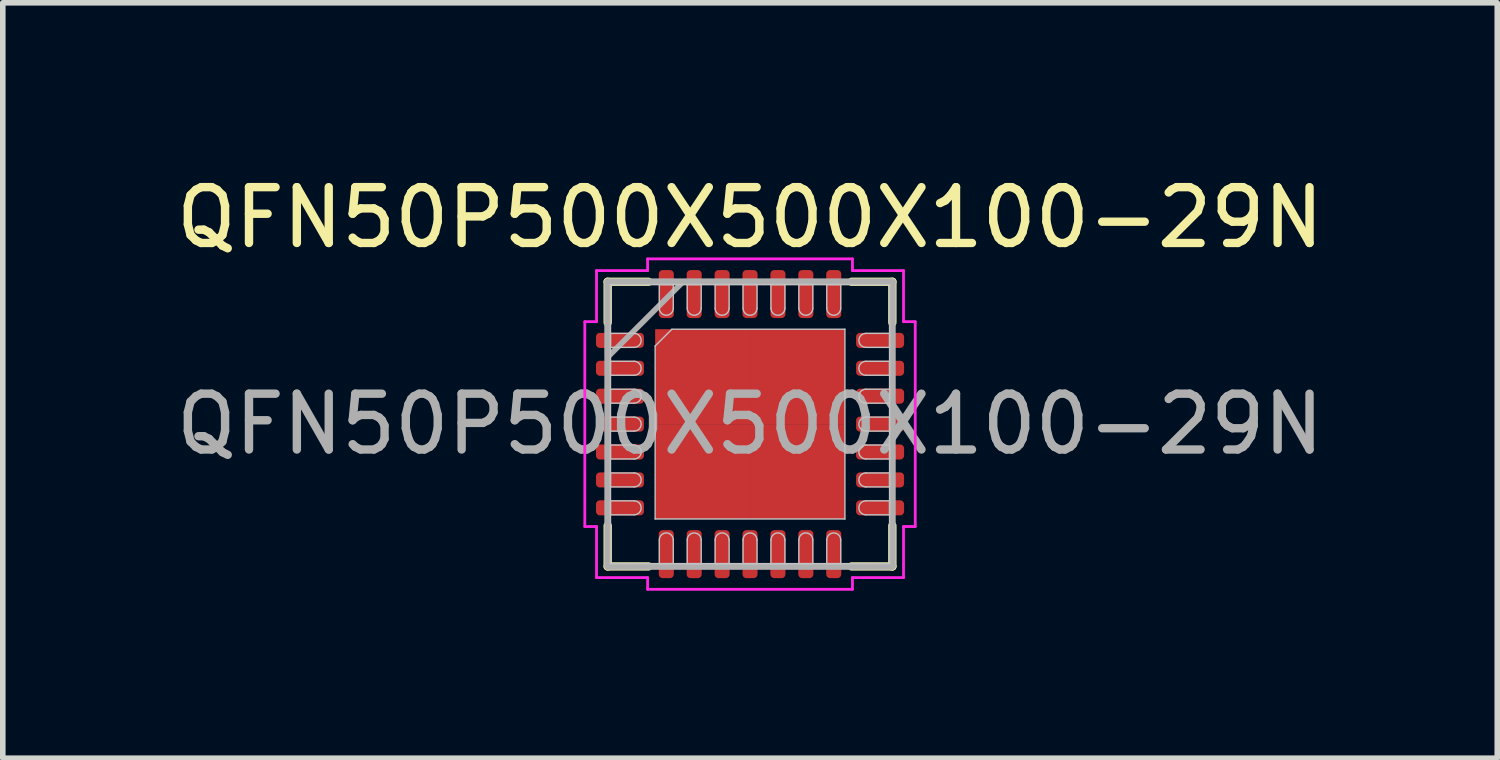
<source format=kicad_pcb>
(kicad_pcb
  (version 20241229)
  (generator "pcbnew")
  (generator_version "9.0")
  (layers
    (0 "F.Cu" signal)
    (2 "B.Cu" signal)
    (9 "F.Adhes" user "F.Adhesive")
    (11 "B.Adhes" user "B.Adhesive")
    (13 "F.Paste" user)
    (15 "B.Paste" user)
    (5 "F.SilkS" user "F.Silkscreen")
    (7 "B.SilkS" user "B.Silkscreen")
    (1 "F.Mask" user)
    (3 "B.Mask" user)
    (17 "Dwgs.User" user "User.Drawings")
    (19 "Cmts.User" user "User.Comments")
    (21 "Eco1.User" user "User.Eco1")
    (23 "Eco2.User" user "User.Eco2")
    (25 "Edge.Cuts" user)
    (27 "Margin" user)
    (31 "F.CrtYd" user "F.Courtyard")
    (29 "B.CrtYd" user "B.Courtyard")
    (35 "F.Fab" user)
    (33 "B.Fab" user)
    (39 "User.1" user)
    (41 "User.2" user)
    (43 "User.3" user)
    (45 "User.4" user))
  (footprint "QFN50P500X500X100-29N"
    (layer "F.Cu")
    (at 10.387 4.548)
    (property "Reference" "QFN50P500X500X100-29N" (at 0 -3.7 0) (layer "F.SilkS") (effects (font (size 1 1) (thickness 0.15))))
    (attr smd)
    (fp_line (start -2.55 -2.55) (end -1.82 -2.55) (stroke (width 0.15) (type solid)) (layer "F.SilkS"))
    (fp_line (start -2.55 -1.82) (end -2.55 -2.55) (stroke (width 0.15) (type solid)) (layer "F.SilkS"))
    (fp_line (start -2.55 1.82) (end -2.55 2.55) (stroke (width 0.15) (type solid)) (layer "F.SilkS"))
    (fp_line (start -2.55 2.55) (end -1.82 2.55) (stroke (width 0.15) (type solid)) (layer "F.SilkS"))
    (fp_line (start 2.55 -2.55) (end 1.82 -2.55) (stroke (width 0.15) (type solid)) (layer "F.SilkS"))
    (fp_line (start 2.55 -1.82) (end 2.55 -2.55) (stroke (width 0.15) (type solid)) (layer "F.SilkS"))
    (fp_line (start 2.55 1.82) (end 2.55 2.55) (stroke (width 0.15) (type solid)) (layer "F.SilkS"))
    (fp_line (start 2.55 2.55) (end 1.82 2.55) (stroke (width 0.15) (type solid)) (layer "F.SilkS"))
    (fp_line (start -2.5 -2.5) (end 2.5 -2.5) (stroke (width 0.025) (type solid)) (layer "Dwgs.User"))
    (fp_line (start -2.5 -1.625) (end -2.5 -1.375) (stroke (width 0.025) (type solid)) (layer "Dwgs.User"))
    (fp_line (start -2.5 -1.375) (end -2.075 -1.375) (stroke (width 0.025) (type solid)) (layer "Dwgs.User"))
    (fp_line (start -2.5 -1.125) (end -2.5 -0.875) (stroke (width 0.025) (type solid)) (layer "Dwgs.User"))
    (fp_line (start -2.5 -0.875) (end -2.075 -0.875) (stroke (width 0.025) (type solid)) (layer "Dwgs.User"))
    (fp_line (start -2.5 -0.625) (end -2.5 -0.375) (stroke (width 0.025) (type solid)) (layer "Dwgs.User"))
    (fp_line (start -2.5 -0.375) (end -2.075 -0.375) (stroke (width 0.025) (type solid)) (layer "Dwgs.User"))
    (fp_line (start -2.5 -0.125) (end -2.5 0.125) (stroke (width 0.025) (type solid)) (layer "Dwgs.User"))
    (fp_line (start -2.5 0.125) (end -2.075 0.125) (stroke (width 0.025) (type solid)) (layer "Dwgs.User"))
    (fp_line (start -2.5 0.375) (end -2.5 0.625) (stroke (width 0.025) (type solid)) (layer "Dwgs.User"))
    (fp_line (start -2.5 0.625) (end -2.075 0.625) (stroke (width 0.025) (type solid)) (layer "Dwgs.User"))
    (fp_line (start -2.5 0.875) (end -2.5 1.125) (stroke (width 0.025) (type solid)) (layer "Dwgs.User"))
    (fp_line (start -2.5 1.125) (end -2.075 1.125) (stroke (width 0.025) (type solid)) (layer "Dwgs.User"))
    (fp_line (start -2.5 1.375) (end -2.5 1.625) (stroke (width 0.025) (type solid)) (layer "Dwgs.User"))
    (fp_line (start -2.5 1.625) (end -2.075 1.625) (stroke (width 0.025) (type solid)) (layer "Dwgs.User"))
    (fp_line (start -2.5 2.5) (end -2.5 -2.5) (stroke (width 0.025) (type solid)) (layer "Dwgs.User"))
    (fp_line (start -2.075 -1.625) (end -2.5 -1.625) (stroke (width 0.025) (type solid)) (layer "Dwgs.User"))
    (fp_line (start -2.075 -1.125) (end -2.5 -1.125) (stroke (width 0.025) (type solid)) (layer "Dwgs.User"))
    (fp_line (start -2.075 -0.625) (end -2.5 -0.625) (stroke (width 0.025) (type solid)) (layer "Dwgs.User"))
    (fp_line (start -2.075 -0.125) (end -2.5 -0.125) (stroke (width 0.025) (type solid)) (layer "Dwgs.User"))
    (fp_line (start -2.075 0.375) (end -2.5 0.375) (stroke (width 0.025) (type solid)) (layer "Dwgs.User"))
    (fp_line (start -2.075 0.875) (end -2.5 0.875) (stroke (width 0.025) (type solid)) (layer "Dwgs.User"))
    (fp_line (start -2.075 1.375) (end -2.5 1.375) (stroke (width 0.025) (type solid)) (layer "Dwgs.User"))
    (fp_line (start -1.7 -1.4) (end -1.7 1.7) (stroke (width 0.025) (type solid)) (layer "Dwgs.User"))
    (fp_line (start -1.7 1.7) (end 1.7 1.7) (stroke (width 0.025) (type solid)) (layer "Dwgs.User"))
    (fp_line (start -1.625 -2.5) (end -1.625 -2.075) (stroke (width 0.025) (type solid)) (layer "Dwgs.User"))
    (fp_line (start -1.625 2.075) (end -1.625 2.5) (stroke (width 0.025) (type solid)) (layer "Dwgs.User"))
    (fp_line (start -1.625 2.5) (end -1.375 2.5) (stroke (width 0.025) (type solid)) (layer "Dwgs.User"))
    (fp_line (start -1.4 -1.7) (end -1.7 -1.4) (stroke (width 0.025) (type solid)) (layer "Dwgs.User"))
    (fp_line (start -1.375 -2.5) (end -1.625 -2.5) (stroke (width 0.025) (type solid)) (layer "Dwgs.User"))
    (fp_line (start -1.375 -2.075) (end -1.375 -2.5) (stroke (width 0.025) (type solid)) (layer "Dwgs.User"))
    (fp_line (start -1.375 2.5) (end -1.375 2.075) (stroke (width 0.025) (type solid)) (layer "Dwgs.User"))
    (fp_line (start -1.125 -2.5) (end -1.125 -2.075) (stroke (width 0.025) (type solid)) (layer "Dwgs.User"))
    (fp_line (start -1.125 2.075) (end -1.125 2.5) (stroke (width 0.025) (type solid)) (layer "Dwgs.User"))
    (fp_line (start -1.125 2.5) (end -0.875 2.5) (stroke (width 0.025) (type solid)) (layer "Dwgs.User"))
    (fp_line (start -0.875 -2.5) (end -1.125 -2.5) (stroke (width 0.025) (type solid)) (layer "Dwgs.User"))
    (fp_line (start -0.875 -2.075) (end -0.875 -2.5) (stroke (width 0.025) (type solid)) (layer "Dwgs.User"))
    (fp_line (start -0.875 2.5) (end -0.875 2.075) (stroke (width 0.025) (type solid)) (layer "Dwgs.User"))
    (fp_line (start -0.625 -2.5) (end -0.625 -2.075) (stroke (width 0.025) (type solid)) (layer "Dwgs.User"))
    (fp_line (start -0.625 2.075) (end -0.625 2.5) (stroke (width 0.025) (type solid)) (layer "Dwgs.User"))
    (fp_line (start -0.625 2.5) (end -0.375 2.5) (stroke (width 0.025) (type solid)) (layer "Dwgs.User"))
    (fp_line (start -0.375 -2.5) (end -0.625 -2.5) (stroke (width 0.025) (type solid)) (layer "Dwgs.User"))
    (fp_line (start -0.375 -2.075) (end -0.375 -2.5) (stroke (width 0.025) (type solid)) (layer "Dwgs.User"))
    (fp_line (start -0.375 2.5) (end -0.375 2.075) (stroke (width 0.025) (type solid)) (layer "Dwgs.User"))
    (fp_line (start -0.125 -2.5) (end -0.125 -2.075) (stroke (width 0.025) (type solid)) (layer "Dwgs.User"))
    (fp_line (start -0.125 2.075) (end -0.125 2.5) (stroke (width 0.025) (type solid)) (layer "Dwgs.User"))
    (fp_line (start -0.125 2.5) (end 0.125 2.5) (stroke (width 0.025) (type solid)) (layer "Dwgs.User"))
    (fp_line (start 0.125 -2.5) (end -0.125 -2.5) (stroke (width 0.025) (type solid)) (layer "Dwgs.User"))
    (fp_line (start 0.125 -2.075) (end 0.125 -2.5) (stroke (width 0.025) (type solid)) (layer "Dwgs.User"))
    (fp_line (start 0.125 2.5) (end 0.125 2.075) (stroke (width 0.025) (type solid)) (layer "Dwgs.User"))
    (fp_line (start 0.375 -2.5) (end 0.375 -2.075) (stroke (width 0.025) (type solid)) (layer "Dwgs.User"))
    (fp_line (start 0.375 2.075) (end 0.375 2.5) (stroke (width 0.025) (type solid)) (layer "Dwgs.User"))
    (fp_line (start 0.375 2.5) (end 0.625 2.5) (stroke (width 0.025) (type solid)) (layer "Dwgs.User"))
    (fp_line (start 0.625 -2.5) (end 0.375 -2.5) (stroke (width 0.025) (type solid)) (layer "Dwgs.User"))
    (fp_line (start 0.625 -2.075) (end 0.625 -2.5) (stroke (width 0.025) (type solid)) (layer "Dwgs.User"))
    (fp_line (start 0.625 2.5) (end 0.625 2.075) (stroke (width 0.025) (type solid)) (layer "Dwgs.User"))
    (fp_line (start 0.875 -2.5) (end 0.875 -2.075) (stroke (width 0.025) (type solid)) (layer "Dwgs.User"))
    (fp_line (start 0.875 2.075) (end 0.875 2.5) (stroke (width 0.025) (type solid)) (layer "Dwgs.User"))
    (fp_line (start 0.875 2.5) (end 1.125 2.5) (stroke (width 0.025) (type solid)) (layer "Dwgs.User"))
    (fp_line (start 1.125 -2.5) (end 0.875 -2.5) (stroke (width 0.025) (type solid)) (layer "Dwgs.User"))
    (fp_line (start 1.125 -2.075) (end 1.125 -2.5) (stroke (width 0.025) (type solid)) (layer "Dwgs.User"))
    (fp_line (start 1.125 2.5) (end 1.125 2.075) (stroke (width 0.025) (type solid)) (layer "Dwgs.User"))
    (fp_line (start 1.375 -2.5) (end 1.375 -2.075) (stroke (width 0.025) (type solid)) (layer "Dwgs.User"))
    (fp_line (start 1.375 2.075) (end 1.375 2.5) (stroke (width 0.025) (type solid)) (layer "Dwgs.User"))
    (fp_line (start 1.375 2.5) (end 1.625 2.5) (stroke (width 0.025) (type solid)) (layer "Dwgs.User"))
    (fp_line (start 1.625 -2.5) (end 1.375 -2.5) (stroke (width 0.025) (type solid)) (layer "Dwgs.User"))
    (fp_line (start 1.625 -2.075) (end 1.625 -2.5) (stroke (width 0.025) (type solid)) (layer "Dwgs.User"))
    (fp_line (start 1.625 2.5) (end 1.625 2.075) (stroke (width 0.025) (type solid)) (layer "Dwgs.User"))
    (fp_line (start 1.7 -1.7) (end -1.4 -1.7) (stroke (width 0.025) (type solid)) (layer "Dwgs.User"))
    (fp_line (start 1.7 1.7) (end 1.7 -1.7) (stroke (width 0.025) (type solid)) (layer "Dwgs.User"))
    (fp_line (start 2.075 -1.375) (end 2.5 -1.375) (stroke (width 0.025) (type solid)) (layer "Dwgs.User"))
    (fp_line (start 2.075 -0.875) (end 2.5 -0.875) (stroke (width 0.025) (type solid)) (layer "Dwgs.User"))
    (fp_line (start 2.075 -0.375) (end 2.5 -0.375) (stroke (width 0.025) (type solid)) (layer "Dwgs.User"))
    (fp_line (start 2.075 0.125) (end 2.5 0.125) (stroke (width 0.025) (type solid)) (layer "Dwgs.User"))
    (fp_line (start 2.075 0.625) (end 2.5 0.625) (stroke (width 0.025) (type solid)) (layer "Dwgs.User"))
    (fp_line (start 2.075 1.125) (end 2.5 1.125) (stroke (width 0.025) (type solid)) (layer "Dwgs.User"))
    (fp_line (start 2.075 1.625) (end 2.5 1.625) (stroke (width 0.025) (type solid)) (layer "Dwgs.User"))
    (fp_line (start 2.5 -2.5) (end 2.5 2.5) (stroke (width 0.025) (type solid)) (layer "Dwgs.User"))
    (fp_line (start 2.5 -1.625) (end 2.075 -1.625) (stroke (width 0.025) (type solid)) (layer "Dwgs.User"))
    (fp_line (start 2.5 -1.375) (end 2.5 -1.625) (stroke (width 0.025) (type solid)) (layer "Dwgs.User"))
    (fp_line (start 2.5 -1.125) (end 2.075 -1.125) (stroke (width 0.025) (type solid)) (layer "Dwgs.User"))
    (fp_line (start 2.5 -0.875) (end 2.5 -1.125) (stroke (width 0.025) (type solid)) (layer "Dwgs.User"))
    (fp_line (start 2.5 -0.625) (end 2.075 -0.625) (stroke (width 0.025) (type solid)) (layer "Dwgs.User"))
    (fp_line (start 2.5 -0.375) (end 2.5 -0.625) (stroke (width 0.025) (type solid)) (layer "Dwgs.User"))
    (fp_line (start 2.5 -0.125) (end 2.075 -0.125) (stroke (width 0.025) (type solid)) (layer "Dwgs.User"))
    (fp_line (start 2.5 0.125) (end 2.5 -0.125) (stroke (width 0.025) (type solid)) (layer "Dwgs.User"))
    (fp_line (start 2.5 0.375) (end 2.075 0.375) (stroke (width 0.025) (type solid)) (layer "Dwgs.User"))
    (fp_line (start 2.5 0.625) (end 2.5 0.375) (stroke (width 0.025) (type solid)) (layer "Dwgs.User"))
    (fp_line (start 2.5 0.875) (end 2.075 0.875) (stroke (width 0.025) (type solid)) (layer "Dwgs.User"))
    (fp_line (start 2.5 1.125) (end 2.5 0.875) (stroke (width 0.025) (type solid)) (layer "Dwgs.User"))
    (fp_line (start 2.5 1.375) (end 2.075 1.375) (stroke (width 0.025) (type solid)) (layer "Dwgs.User"))
    (fp_line (start 2.5 1.625) (end 2.5 1.375) (stroke (width 0.025) (type solid)) (layer "Dwgs.User"))
    (fp_line (start 2.5 2.5) (end -2.5 2.5) (stroke (width 0.025) (type solid)) (layer "Dwgs.User"))
    (fp_arc (start -2.075 -1.625) (mid -1.95 -1.5) (end -2.075 -1.375) (stroke (width 0.025) (type solid)) (layer "Dwgs.User"))
    (fp_arc (start -2.075 -1.125) (mid -1.95 -1) (end -2.075 -0.875) (stroke (width 0.025) (type solid)) (layer "Dwgs.User"))
    (fp_arc (start -2.075 -0.625) (mid -1.95 -0.5) (end -2.075 -0.375) (stroke (width 0.025) (type solid)) (layer "Dwgs.User"))
    (fp_arc (start -2.075 -0.125) (mid -1.95 0) (end -2.075 0.125) (stroke (width 0.025) (type solid)) (layer "Dwgs.User"))
    (fp_arc (start -2.075 0.375) (mid -1.95 0.5) (end -2.075 0.625) (stroke (width 0.025) (type solid)) (layer "Dwgs.User"))
    (fp_arc (start -2.075 0.875) (mid -1.95 1) (end -2.075 1.125) (stroke (width 0.025) (type solid)) (layer "Dwgs.User"))
    (fp_arc (start -2.075 1.375) (mid -1.95 1.5) (end -2.075 1.625) (stroke (width 0.025) (type solid)) (layer "Dwgs.User"))
    (fp_arc (start -1.625 2.075) (mid -1.5 1.95) (end -1.375 2.075) (stroke (width 0.025) (type solid)) (layer "Dwgs.User"))
    (fp_arc (start -1.375 -2.075) (mid -1.5 -1.95) (end -1.625 -2.075) (stroke (width 0.025) (type solid)) (layer "Dwgs.User"))
    (fp_arc (start -1.125 2.075) (mid -1 1.95) (end -0.875 2.075) (stroke (width 0.025) (type solid)) (layer "Dwgs.User"))
    (fp_arc (start -0.875 -2.075) (mid -1 -1.95) (end -1.125 -2.075) (stroke (width 0.025) (type solid)) (layer "Dwgs.User"))
    (fp_arc (start -0.625 2.075) (mid -0.5 1.95) (end -0.375 2.075) (stroke (width 0.025) (type solid)) (layer "Dwgs.User"))
    (fp_arc (start -0.375 -2.075) (mid -0.5 -1.95) (end -0.625 -2.075) (stroke (width 0.025) (type solid)) (layer "Dwgs.User"))
    (fp_arc (start -0.125 2.075) (mid 0 1.95) (end 0.125 2.075) (stroke (width 0.025) (type solid)) (layer "Dwgs.User"))
    (fp_arc (start 0.125 -2.075) (mid 0 -1.95) (end -0.125 -2.075) (stroke (width 0.025) (type solid)) (layer "Dwgs.User"))
    (fp_arc (start 0.375 2.075) (mid 0.5 1.95) (end 0.625 2.075) (stroke (width 0.025) (type solid)) (layer "Dwgs.User"))
    (fp_arc (start 0.625 -2.075) (mid 0.5 -1.95) (end 0.375 -2.075) (stroke (width 0.025) (type solid)) (layer "Dwgs.User"))
    (fp_arc (start 0.875 2.075) (mid 1 1.95) (end 1.125 2.075) (stroke (width 0.025) (type solid)) (layer "Dwgs.User"))
    (fp_arc (start 1.125 -2.075) (mid 1 -1.95) (end 0.875 -2.075) (stroke (width 0.025) (type solid)) (layer "Dwgs.User"))
    (fp_arc (start 1.375 2.075) (mid 1.5 1.95) (end 1.625 2.075) (stroke (width 0.025) (type solid)) (layer "Dwgs.User"))
    (fp_arc (start 1.625 -2.075) (mid 1.5 -1.95) (end 1.375 -2.075) (stroke (width 0.025) (type solid)) (layer "Dwgs.User"))
    (fp_arc (start 2.075 -1.375) (mid 1.95 -1.5) (end 2.075 -1.625) (stroke (width 0.025) (type solid)) (layer "Dwgs.User"))
    (fp_arc (start 2.075 -0.875) (mid 1.95 -1) (end 2.075 -1.125) (stroke (width 0.025) (type solid)) (layer "Dwgs.User"))
    (fp_arc (start 2.075 -0.375) (mid 1.95 -0.5) (end 2.075 -0.625) (stroke (width 0.025) (type solid)) (layer "Dwgs.User"))
    (fp_arc (start 2.075 0.125) (mid 1.95 0) (end 2.075 -0.125) (stroke (width 0.025) (type solid)) (layer "Dwgs.User"))
    (fp_arc (start 2.075 0.625) (mid 1.95 0.5) (end 2.075 0.375) (stroke (width 0.025) (type solid)) (layer "Dwgs.User"))
    (fp_arc (start 2.075 1.125) (mid 1.95 1) (end 2.075 0.875) (stroke (width 0.025) (type solid)) (layer "Dwgs.User"))
    (fp_arc (start 2.075 1.625) (mid 1.95 1.5) (end 2.075 1.375) (stroke (width 0.025) (type solid)) (layer "Dwgs.User"))
    (fp_line (start -2.96 -1.835) (end -2.96 1.835) (stroke (width 0.05) (type solid)) (layer "F.CrtYd"))
    (fp_line (start -2.96 1.835) (end -2.75 1.835) (stroke (width 0.05) (type solid)) (layer "F.CrtYd"))
    (fp_line (start -2.75 -2.75) (end -2.75 -1.835) (stroke (width 0.05) (type solid)) (layer "F.CrtYd"))
    (fp_line (start -2.75 -1.835) (end -2.96 -1.835) (stroke (width 0.05) (type solid)) (layer "F.CrtYd"))
    (fp_line (start -2.75 1.835) (end -2.75 2.75) (stroke (width 0.05) (type solid)) (layer "F.CrtYd"))
    (fp_line (start -2.75 2.75) (end -1.835 2.75) (stroke (width 0.05) (type solid)) (layer "F.CrtYd"))
    (fp_line (start -1.835 -2.96) (end -1.835 -2.75) (stroke (width 0.05) (type solid)) (layer "F.CrtYd"))
    (fp_line (start -1.835 -2.75) (end -2.75 -2.75) (stroke (width 0.05) (type solid)) (layer "F.CrtYd"))
    (fp_line (start -1.835 2.75) (end -1.835 2.96) (stroke (width 0.05) (type solid)) (layer "F.CrtYd"))
    (fp_line (start -1.835 2.96) (end 1.835 2.96) (stroke (width 0.05) (type solid)) (layer "F.CrtYd"))
    (fp_line (start 1.835 -2.96) (end -1.835 -2.96) (stroke (width 0.05) (type solid)) (layer "F.CrtYd"))
    (fp_line (start 1.835 -2.75) (end 1.835 -2.96) (stroke (width 0.05) (type solid)) (layer "F.CrtYd"))
    (fp_line (start 1.835 2.75) (end 2.75 2.75) (stroke (width 0.05) (type solid)) (layer "F.CrtYd"))
    (fp_line (start 1.835 2.96) (end 1.835 2.75) (stroke (width 0.05) (type solid)) (layer "F.CrtYd"))
    (fp_line (start 2.75 -2.75) (end 1.835 -2.75) (stroke (width 0.05) (type solid)) (layer "F.CrtYd"))
    (fp_line (start 2.75 -1.835) (end 2.75 -2.75) (stroke (width 0.05) (type solid)) (layer "F.CrtYd"))
    (fp_line (start 2.75 1.835) (end 2.96 1.835) (stroke (width 0.05) (type solid)) (layer "F.CrtYd"))
    (fp_line (start 2.75 2.75) (end 2.75 1.835) (stroke (width 0.05) (type solid)) (layer "F.CrtYd"))
    (fp_line (start 2.96 -1.835) (end 2.75 -1.835) (stroke (width 0.05) (type solid)) (layer "F.CrtYd"))
    (fp_line (start 2.96 1.835) (end 2.96 -1.835) (stroke (width 0.05) (type solid)) (layer "F.CrtYd"))
    (fp_line (start -2.55 -2.55) (end 2.55 -2.55) (stroke (width 0.12) (type solid)) (layer "F.Fab"))
    (fp_line (start -2.55 2.55) (end -2.55 -2.55) (stroke (width 0.12) (type solid)) (layer "F.Fab"))
    (fp_line (start 2.55 -2.55) (end 2.55 2.55) (stroke (width 0.12) (type solid)) (layer "F.Fab"))
    (fp_line (start 2.55 2.55) (end -2.55 2.55) (stroke (width 0.12) (type solid)) (layer "F.Fab"))
    (fp_poly (pts (xy -2.55 -1.2) (xy -2.55 -2.55) (xy -1.2 -2.55)) (stroke (width 0.1) (type solid)) (fill no) (layer "F.Fab"))
    (fp_text user "${REFERENCE}" (at 0 0 0) (layer "F.Fab") (effects (font (size 1 1) (thickness 0.15))))
    (pad "" smd rect (at -0.85 -0.85) (size 1.2 1.2) (layers "F.Paste"))
    (pad "" smd rect (at -0.85 0.85) (size 1.2 1.2) (layers "F.Paste"))
    (pad "" smd rect (at 0.85 -0.85) (size 1.2 1.2) (layers "F.Paste"))
    (pad "" smd rect (at 0.85 0.85) (size 1.2 1.2) (layers "F.Paste"))
    (pad "1" smd roundrect (at -2.33 -1.5) (size 0.86 0.27) (layers "F.Cu" "F.Mask" "F.Paste") (roundrect_rratio 0.259))
    (pad "2" smd roundrect (at -2.33 -1) (size 0.86 0.27) (layers "F.Cu" "F.Mask" "F.Paste") (roundrect_rratio 0.259))
    (pad "3" smd roundrect (at -2.33 -0.5) (size 0.86 0.27) (layers "F.Cu" "F.Mask" "F.Paste") (roundrect_rratio 0.259))
    (pad "4" smd roundrect (at -2.33 0) (size 0.86 0.27) (layers "F.Cu" "F.Mask" "F.Paste") (roundrect_rratio 0.259))
    (pad "5" smd roundrect (at -2.33 0.5) (size 0.86 0.27) (layers "F.Cu" "F.Mask" "F.Paste") (roundrect_rratio 0.259))
    (pad "6" smd roundrect (at -2.33 1) (size 0.86 0.27) (layers "F.Cu" "F.Mask" "F.Paste") (roundrect_rratio 0.259))
    (pad "7" smd roundrect (at -2.33 1.5) (size 0.86 0.27) (layers "F.Cu" "F.Mask" "F.Paste") (roundrect_rratio 0.259))
    (pad "8" smd roundrect (at -1.5 2.33 90) (size 0.86 0.27) (layers "F.Cu" "F.Mask" "F.Paste") (roundrect_rratio 0.259))
    (pad "9" smd roundrect (at -1 2.33 90) (size 0.86 0.27) (layers "F.Cu" "F.Mask" "F.Paste") (roundrect_rratio 0.259))
    (pad "10" smd roundrect (at -0.5 2.33 90) (size 0.86 0.27) (layers "F.Cu" "F.Mask" "F.Paste") (roundrect_rratio 0.259))
    (pad "11" smd roundrect (at 0 2.33 90) (size 0.86 0.27) (layers "F.Cu" "F.Mask" "F.Paste") (roundrect_rratio 0.259))
    (pad "12" smd roundrect (at 0.5 2.33 90) (size 0.86 0.27) (layers "F.Cu" "F.Mask" "F.Paste") (roundrect_rratio 0.259))
    (pad "13" smd roundrect (at 1 2.33 90) (size 0.86 0.27) (layers "F.Cu" "F.Mask" "F.Paste") (roundrect_rratio 0.259))
    (pad "14" smd roundrect (at 1.5 2.33 90) (size 0.86 0.27) (layers "F.Cu" "F.Mask" "F.Paste") (roundrect_rratio 0.259))
    (pad "15" smd roundrect (at 2.33 1.5) (size 0.86 0.27) (layers "F.Cu" "F.Mask" "F.Paste") (roundrect_rratio 0.259))
    (pad "16" smd roundrect (at 2.33 1) (size 0.86 0.27) (layers "F.Cu" "F.Mask" "F.Paste") (roundrect_rratio 0.259))
    (pad "17" smd roundrect (at 2.33 0.5) (size 0.86 0.27) (layers "F.Cu" "F.Mask" "F.Paste") (roundrect_rratio 0.259))
    (pad "18" smd roundrect (at 2.33 0) (size 0.86 0.27) (layers "F.Cu" "F.Mask" "F.Paste") (roundrect_rratio 0.259))
    (pad "19" smd roundrect (at 2.33 -0.5) (size 0.86 0.27) (layers "F.Cu" "F.Mask" "F.Paste") (roundrect_rratio 0.259))
    (pad "20" smd roundrect (at 2.33 -1) (size 0.86 0.27) (layers "F.Cu" "F.Mask" "F.Paste") (roundrect_rratio 0.259))
    (pad "21" smd roundrect (at 2.33 -1.5) (size 0.86 0.27) (layers "F.Cu" "F.Mask" "F.Paste") (roundrect_rratio 0.259))
    (pad "22" smd roundrect (at 1.5 -2.33 90) (size 0.86 0.27) (layers "F.Cu" "F.Mask" "F.Paste") (roundrect_rratio 0.259))
    (pad "23" smd roundrect (at 1 -2.33 90) (size 0.86 0.27) (layers "F.Cu" "F.Mask" "F.Paste") (roundrect_rratio 0.259))
    (pad "24" smd roundrect (at 0.5 -2.33 90) (size 0.86 0.27) (layers "F.Cu" "F.Mask" "F.Paste") (roundrect_rratio 0.259))
    (pad "25" smd roundrect (at 0 -2.33 90) (size 0.86 0.27) (layers "F.Cu" "F.Mask" "F.Paste") (roundrect_rratio 0.259))
    (pad "26" smd roundrect (at -0.5 -2.33 90) (size 0.86 0.27) (layers "F.Cu" "F.Mask" "F.Paste") (roundrect_rratio 0.259))
    (pad "27" smd roundrect (at -1 -2.33 90) (size 0.86 0.27) (layers "F.Cu" "F.Mask" "F.Paste") (roundrect_rratio 0.259))
    (pad "28" smd roundrect (at -1.5 -2.33 90) (size 0.86 0.27) (layers "F.Cu" "F.Mask" "F.Paste") (roundrect_rratio 0.259))
    (pad "29" smd rect (at -0.85 -0.85) (size 1.7 1.7) (layers "F.Cu" "F.Mask" "F.Paste"))
    (pad "29" smd rect (at -0.85 0.85) (size 1.7 1.7) (layers "F.Cu" "F.Mask" "F.Paste"))
    (pad "29" smd rect (at 0.85 -0.85) (size 1.7 1.7) (layers "F.Cu" "F.Mask" "F.Paste"))
    (pad "29" smd rect (at 0.85 0.85) (size 1.7 1.7) (layers "F.Cu" "F.Mask" "F.Paste")))
  (gr_rect
    (start -3 -3)
    (end 23.774 10.533)
    (stroke (width 0.1) (type default))
    (fill no)
    (layer "Edge.Cuts")))
</source>
